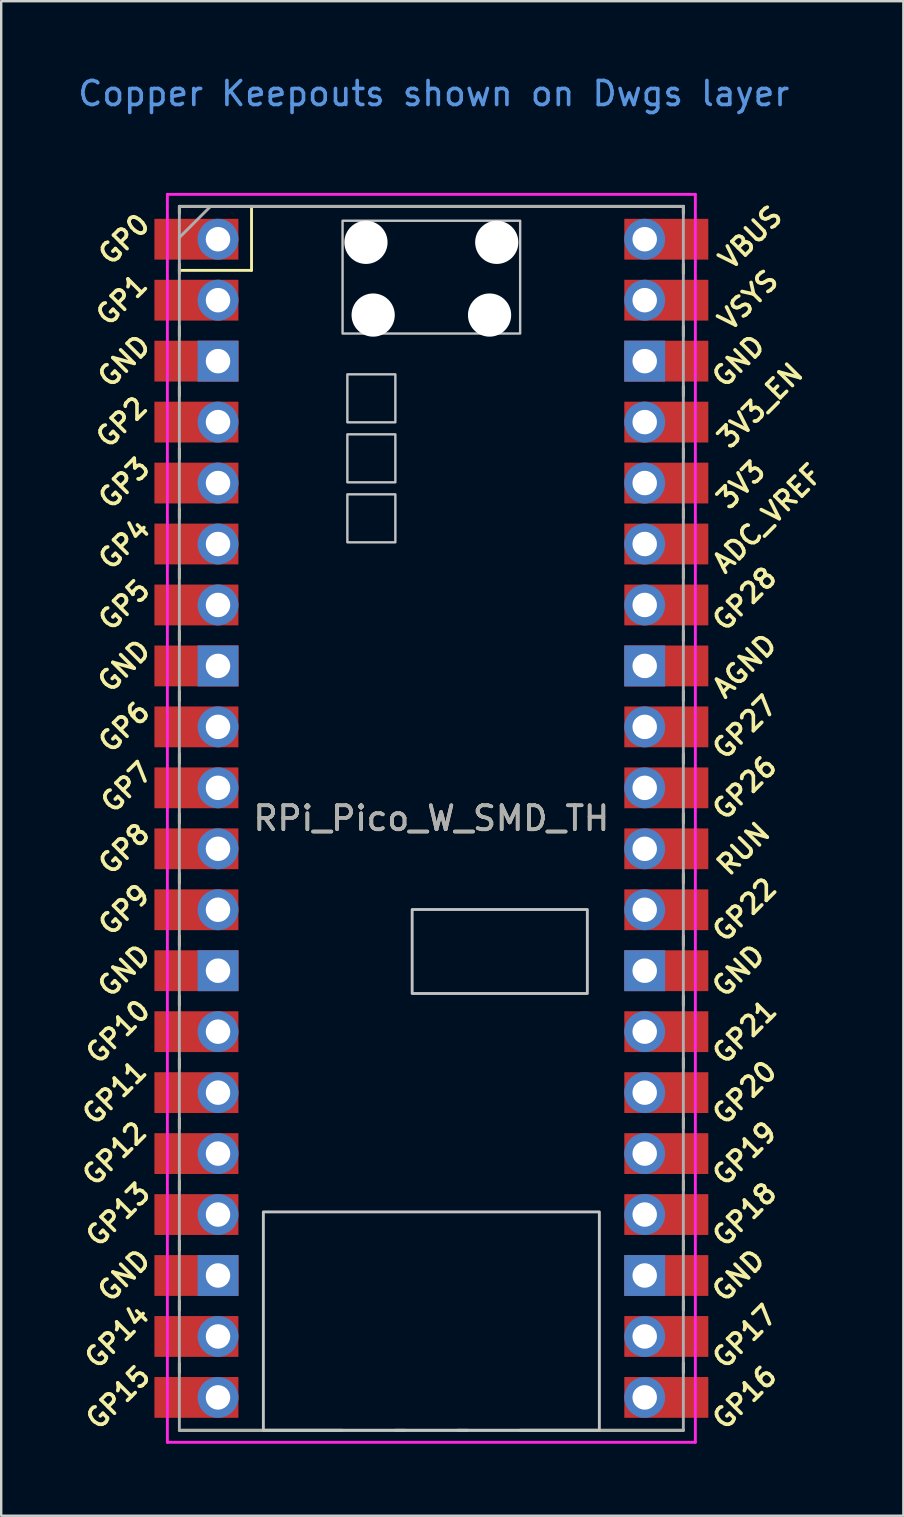
<source format=kicad_pcb>
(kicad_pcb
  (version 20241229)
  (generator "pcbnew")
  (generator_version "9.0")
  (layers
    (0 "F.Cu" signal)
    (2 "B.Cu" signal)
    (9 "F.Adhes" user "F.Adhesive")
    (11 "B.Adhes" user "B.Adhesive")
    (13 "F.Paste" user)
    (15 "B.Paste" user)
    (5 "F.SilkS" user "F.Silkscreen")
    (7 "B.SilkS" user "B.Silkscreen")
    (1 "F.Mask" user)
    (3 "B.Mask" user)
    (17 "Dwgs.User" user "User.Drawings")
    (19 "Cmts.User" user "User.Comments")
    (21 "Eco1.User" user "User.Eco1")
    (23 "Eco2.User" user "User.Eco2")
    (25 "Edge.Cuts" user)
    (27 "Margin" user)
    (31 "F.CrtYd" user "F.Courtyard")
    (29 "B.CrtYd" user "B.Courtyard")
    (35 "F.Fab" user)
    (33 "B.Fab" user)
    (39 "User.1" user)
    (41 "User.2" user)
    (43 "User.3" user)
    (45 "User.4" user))
  (footprint "RPi_Pico_W_SMD_TH"
    (layer "F.Cu")
    (at 14.924 31.048)
    (property "Reference" "RPi_Pico_W_SMD_TH" (at 0 0 0) (layer "F.SilkS") (effects (font (size 1 1) (thickness 0.15))))
    (attr through_hole)
    (fp_line (start -10.5 -25.5) (end -10.5 -25.2) (stroke (width 0.12) (type solid)) (layer "F.SilkS"))
    (fp_line (start -10.5 -25.5) (end 10.5 -25.5) (stroke (width 0.12) (type solid)) (layer "F.SilkS"))
    (fp_line (start -10.5 -23.1) (end -10.5 -22.7) (stroke (width 0.12) (type solid)) (layer "F.SilkS"))
    (fp_line (start -10.5 -22.833) (end -7.493 -22.833) (stroke (width 0.12) (type solid)) (layer "F.SilkS"))
    (fp_line (start -10.5 -20.5) (end -10.5 -20.1) (stroke (width 0.12) (type solid)) (layer "F.SilkS"))
    (fp_line (start -10.5 -18) (end -10.5 -17.6) (stroke (width 0.12) (type solid)) (layer "F.SilkS"))
    (fp_line (start -10.5 -15.4) (end -10.5 -15) (stroke (width 0.12) (type solid)) (layer "F.SilkS"))
    (fp_line (start -10.5 -12.9) (end -10.5 -12.5) (stroke (width 0.12) (type solid)) (layer "F.SilkS"))
    (fp_line (start -10.5 -10.4) (end -10.5 -10) (stroke (width 0.12) (type solid)) (layer "F.SilkS"))
    (fp_line (start -10.5 -7.8) (end -10.5 -7.4) (stroke (width 0.12) (type solid)) (layer "F.SilkS"))
    (fp_line (start -10.5 -5.3) (end -10.5 -4.9) (stroke (width 0.12) (type solid)) (layer "F.SilkS"))
    (fp_line (start -10.5 -2.7) (end -10.5 -2.3) (stroke (width 0.12) (type solid)) (layer "F.SilkS"))
    (fp_line (start -10.5 -0.2) (end -10.5 0.2) (stroke (width 0.12) (type solid)) (layer "F.SilkS"))
    (fp_line (start -10.5 2.3) (end -10.5 2.7) (stroke (width 0.12) (type solid)) (layer "F.SilkS"))
    (fp_line (start -10.5 4.9) (end -10.5 5.3) (stroke (width 0.12) (type solid)) (layer "F.SilkS"))
    (fp_line (start -10.5 7.4) (end -10.5 7.8) (stroke (width 0.12) (type solid)) (layer "F.SilkS"))
    (fp_line (start -10.5 10) (end -10.5 10.4) (stroke (width 0.12) (type solid)) (layer "F.SilkS"))
    (fp_line (start -10.5 12.5) (end -10.5 12.9) (stroke (width 0.12) (type solid)) (layer "F.SilkS"))
    (fp_line (start -10.5 15.1) (end -10.5 15.5) (stroke (width 0.12) (type solid)) (layer "F.SilkS"))
    (fp_line (start -10.5 17.6) (end -10.5 18) (stroke (width 0.12) (type solid)) (layer "F.SilkS"))
    (fp_line (start -10.5 20.1) (end -10.5 20.5) (stroke (width 0.12) (type solid)) (layer "F.SilkS"))
    (fp_line (start -10.5 22.7) (end -10.5 23.1) (stroke (width 0.12) (type solid)) (layer "F.SilkS"))
    (fp_line (start -7.493 -22.833) (end -7.493 -25.5) (stroke (width 0.12) (type solid)) (layer "F.SilkS"))
    (fp_line (start -3.7 25.5) (end -10.5 25.5) (stroke (width 0.12) (type solid)) (layer "F.SilkS"))
    (fp_line (start -1.5 25.5) (end -1.1 25.5) (stroke (width 0.12) (type solid)) (layer "F.SilkS"))
    (fp_line (start 1.1 25.5) (end 1.5 25.5) (stroke (width 0.12) (type solid)) (layer "F.SilkS"))
    (fp_line (start 10.5 -25.5) (end 10.5 -25.2) (stroke (width 0.12) (type solid)) (layer "F.SilkS"))
    (fp_line (start 10.5 -23.1) (end 10.5 -22.7) (stroke (width 0.12) (type solid)) (layer "F.SilkS"))
    (fp_line (start 10.5 -20.5) (end 10.5 -20.1) (stroke (width 0.12) (type solid)) (layer "F.SilkS"))
    (fp_line (start 10.5 -18) (end 10.5 -17.6) (stroke (width 0.12) (type solid)) (layer "F.SilkS"))
    (fp_line (start 10.5 -15.4) (end 10.5 -15) (stroke (width 0.12) (type solid)) (layer "F.SilkS"))
    (fp_line (start 10.5 -12.9) (end 10.5 -12.5) (stroke (width 0.12) (type solid)) (layer "F.SilkS"))
    (fp_line (start 10.5 -10.4) (end 10.5 -10) (stroke (width 0.12) (type solid)) (layer "F.SilkS"))
    (fp_line (start 10.5 -7.8) (end 10.5 -7.4) (stroke (width 0.12) (type solid)) (layer "F.SilkS"))
    (fp_line (start 10.5 -5.3) (end 10.5 -4.9) (stroke (width 0.12) (type solid)) (layer "F.SilkS"))
    (fp_line (start 10.5 -2.7) (end 10.5 -2.3) (stroke (width 0.12) (type solid)) (layer "F.SilkS"))
    (fp_line (start 10.5 -0.2) (end 10.5 0.2) (stroke (width 0.12) (type solid)) (layer "F.SilkS"))
    (fp_line (start 10.5 2.3) (end 10.5 2.7) (stroke (width 0.12) (type solid)) (layer "F.SilkS"))
    (fp_line (start 10.5 4.9) (end 10.5 5.3) (stroke (width 0.12) (type solid)) (layer "F.SilkS"))
    (fp_line (start 10.5 7.4) (end 10.5 7.8) (stroke (width 0.12) (type solid)) (layer "F.SilkS"))
    (fp_line (start 10.5 10) (end 10.5 10.4) (stroke (width 0.12) (type solid)) (layer "F.SilkS"))
    (fp_line (start 10.5 12.5) (end 10.5 12.9) (stroke (width 0.12) (type solid)) (layer "F.SilkS"))
    (fp_line (start 10.5 15.1) (end 10.5 15.5) (stroke (width 0.12) (type solid)) (layer "F.SilkS"))
    (fp_line (start 10.5 17.6) (end 10.5 18) (stroke (width 0.12) (type solid)) (layer "F.SilkS"))
    (fp_line (start 10.5 20.1) (end 10.5 20.5) (stroke (width 0.12) (type solid)) (layer "F.SilkS"))
    (fp_line (start 10.5 22.7) (end 10.5 23.1) (stroke (width 0.12) (type solid)) (layer "F.SilkS"))
    (fp_line (start 10.5 25.5) (end 3.7 25.5) (stroke (width 0.12) (type solid)) (layer "F.SilkS"))
    (fp_rect (start -7 16.4) (end 7 25.5) (stroke (width 0.12) (type solid)) (fill no) (layer "Dwgs.User"))
    (fp_rect (start -0.8 3.8) (end 6.5 7.3) (stroke (width 0.12) (type solid)) (fill no) (layer "Dwgs.User"))
    (fp_poly (pts (xy -1.5 -16.5) (xy -3.5 -16.5) (xy -3.5 -18.5) (xy -1.5 -18.5)) (stroke (width 0.1) (type solid)) (fill no) (layer "Dwgs.User"))
    (fp_poly (pts (xy -1.5 -14) (xy -3.5 -14) (xy -3.5 -16) (xy -1.5 -16)) (stroke (width 0.1) (type solid)) (fill no) (layer "Dwgs.User"))
    (fp_poly (pts (xy -1.5 -11.5) (xy -3.5 -11.5) (xy -3.5 -13.5) (xy -1.5 -13.5)) (stroke (width 0.1) (type solid)) (fill no) (layer "Dwgs.User"))
    (fp_poly (pts (xy 3.7 -20.2) (xy -3.7 -20.2) (xy -3.7 -24.9) (xy 3.7 -24.9)) (stroke (width 0.1) (type solid)) (fill no) (layer "Dwgs.User"))
    (fp_line (start -11 -26) (end 11 -26) (stroke (width 0.12) (type solid)) (layer "F.CrtYd"))
    (fp_line (start -11 26) (end -11 -26) (stroke (width 0.12) (type solid)) (layer "F.CrtYd"))
    (fp_line (start 11 -26) (end 11 26) (stroke (width 0.12) (type solid)) (layer "F.CrtYd"))
    (fp_line (start 11 26) (end -11 26) (stroke (width 0.12) (type solid)) (layer "F.CrtYd"))
    (fp_line (start -10.5 -25.5) (end 10.5 -25.5) (stroke (width 0.12) (type solid)) (layer "F.Fab"))
    (fp_line (start -10.5 -24.2) (end -9.2 -25.5) (stroke (width 0.12) (type solid)) (layer "F.Fab"))
    (fp_line (start -10.5 25.5) (end -10.5 -25.5) (stroke (width 0.12) (type solid)) (layer "F.Fab"))
    (fp_line (start 10.5 -25.5) (end 10.5 25.5) (stroke (width 0.12) (type solid)) (layer "F.Fab"))
    (fp_line (start 10.5 25.5) (end -10.5 25.5) (stroke (width 0.12) (type solid)) (layer "F.Fab"))
    (fp_text user "VSYS" (at 13.2 -21.59 45) (layer "F.SilkS") (effects (font (size 0.8 0.8) (thickness 0.15))))
    (fp_text user "GP8" (at -12.8 1.27 45) (layer "F.SilkS") (effects (font (size 0.8 0.8) (thickness 0.15))))
    (fp_text user "GP16" (at 13.054 24.13 45) (layer "F.SilkS") (effects (font (size 0.8 0.8) (thickness 0.15))))
    (fp_text user "GND" (at 12.8 6.35 45) (layer "F.SilkS") (effects (font (size 0.8 0.8) (thickness 0.15))))
    (fp_text user "ADC_VREF" (at 14 -12.5 45) (layer "F.SilkS") (effects (font (size 0.8 0.8) (thickness 0.15))))
    (fp_text user "GP7" (at -12.7 -1.3 45) (layer "F.SilkS") (effects (font (size 0.8 0.8) (thickness 0.15))))
    (fp_text user "GP14" (at -13.1 21.59 45) (layer "F.SilkS") (effects (font (size 0.8 0.8) (thickness 0.15))))
    (fp_text user "GND" (at 12.8 19.05 45) (layer "F.SilkS") (effects (font (size 0.8 0.8) (thickness 0.15))))
    (fp_text user "GP6" (at -12.8 -3.81 45) (layer "F.SilkS") (effects (font (size 0.8 0.8) (thickness 0.15))))
    (fp_text user "GP0" (at -12.8 -24.13 45) (layer "F.SilkS") (effects (font (size 0.8 0.8) (thickness 0.15))))
    (fp_text user "GP13" (at -13.054 16.51 45) (layer "F.SilkS") (effects (font (size 0.8 0.8) (thickness 0.15))))
    (fp_text user "GP18" (at 13.054 16.51 45) (layer "F.SilkS") (effects (font (size 0.8 0.8) (thickness 0.15))))
    (fp_text user "GP21" (at 13.054 8.9 45) (layer "F.SilkS") (effects (font (size 0.8 0.8) (thickness 0.15))))
    (fp_text user "GND" (at -12.8 6.35 45) (layer "F.SilkS") (effects (font (size 0.8 0.8) (thickness 0.15))))
    (fp_text user "GP5" (at -12.8 -8.89 45) (layer "F.SilkS") (effects (font (size 0.8 0.8) (thickness 0.15))))
    (fp_text user "GND" (at 12.8 -19.05 45) (layer "F.SilkS") (effects (font (size 0.8 0.8) (thickness 0.15))))
    (fp_text user "GP1" (at -12.9 -21.6 45) (layer "F.SilkS") (effects (font (size 0.8 0.8) (thickness 0.15))))
    (fp_text user "GP15" (at -13.054 24.13 45) (layer "F.SilkS") (effects (font (size 0.8 0.8) (thickness 0.15))))
    (fp_text user "3V3_EN" (at 13.7 -17.2 45) (layer "F.SilkS") (effects (font (size 0.8 0.8) (thickness 0.15))))
    (fp_text user "GP27" (at 13.054 -3.8 45) (layer "F.SilkS") (effects (font (size 0.8 0.8) (thickness 0.15))))
    (fp_text user "GP19" (at 13.054 13.97 45) (layer "F.SilkS") (effects (font (size 0.8 0.8) (thickness 0.15))))
    (fp_text user "RUN" (at 13 1.27 45) (layer "F.SilkS") (effects (font (size 0.8 0.8) (thickness 0.15))))
    (fp_text user "GND" (at -12.8 -19.05 45) (layer "F.SilkS") (effects (font (size 0.8 0.8) (thickness 0.15))))
    (fp_text user "GP17" (at 13.054 21.59 45) (layer "F.SilkS") (effects (font (size 0.8 0.8) (thickness 0.15))))
    (fp_text user "GP26" (at 13.054 -1.27 45) (layer "F.SilkS") (effects (font (size 0.8 0.8) (thickness 0.15))))
    (fp_text user "GP12" (at -13.2 13.97 45) (layer "F.SilkS") (effects (font (size 0.8 0.8) (thickness 0.15))))
    (fp_text user "GP11" (at -13.2 11.43 45) (layer "F.SilkS") (effects (font (size 0.8 0.8) (thickness 0.15))))
    (fp_text user "GND" (at -12.8 -6.35 45) (layer "F.SilkS") (effects (font (size 0.8 0.8) (thickness 0.15))))
    (fp_text user "GP4" (at -12.8 -11.43 45) (layer "F.SilkS") (effects (font (size 0.8 0.8) (thickness 0.15))))
    (fp_text user "3V3" (at 12.9 -13.9 45) (layer "F.SilkS") (effects (font (size 0.8 0.8) (thickness 0.15))))
    (fp_text user "VBUS" (at 13.3 -24.2 45) (layer "F.SilkS") (effects (font (size 0.8 0.8) (thickness 0.15))))
    (fp_text user "GP28" (at 13.054 -9.144 45) (layer "F.SilkS") (effects (font (size 0.8 0.8) (thickness 0.15))))
    (fp_text user "GP9" (at -12.8 3.81 45) (layer "F.SilkS") (effects (font (size 0.8 0.8) (thickness 0.15))))
    (fp_text user "GP22" (at 13.054 3.81 45) (layer "F.SilkS") (effects (font (size 0.8 0.8) (thickness 0.15))))
    (fp_text user "GP10" (at -13.054 8.89 45) (layer "F.SilkS") (effects (font (size 0.8 0.8) (thickness 0.15))))
    (fp_text user "GND" (at -12.8 19.05 45) (layer "F.SilkS") (effects (font (size 0.8 0.8) (thickness 0.15))))
    (fp_text user "GP3" (at -12.8 -13.97 45) (layer "F.SilkS") (effects (font (size 0.8 0.8) (thickness 0.15))))
    (fp_text user "GP20" (at 13.054 11.43 45) (layer "F.SilkS") (effects (font (size 0.8 0.8) (thickness 0.15))))
    (fp_text user "AGND" (at 13.054 -6.35 45) (layer "F.SilkS") (effects (font (size 0.8 0.8) (thickness 0.15))))
    (fp_text user "GP2" (at -12.9 -16.51 45) (layer "F.SilkS") (effects (font (size 0.8 0.8) (thickness 0.15))))
    (fp_text user "Copper Keepouts shown on Dwgs layer" (at 0.1 -30.2 0) (layer "Cmts.User") (effects (font (size 1 1) (thickness 0.15))))
    (fp_text user "${REFERENCE}" (at 0 0 180) (layer "F.Fab") (effects (font (size 1 1) (thickness 0.15))))
    (pad "" np_thru_hole oval (at -2.725 -24) (size 1.8 1.8) (drill 1.8) (layers "*.Cu" "*.Mask"))
    (pad "" np_thru_hole oval (at -2.425 -20.97) (size 1.8 1.8) (drill 1.8) (layers "*.Cu" "*.Mask"))
    (pad "" np_thru_hole oval (at 2.425 -20.97) (size 1.8 1.8) (drill 1.8) (layers "*.Cu" "*.Mask"))
    (pad "" np_thru_hole oval (at 2.725 -24) (size 1.8 1.8) (drill 1.8) (layers "*.Cu" "*.Mask"))
    (pad "1" thru_hole oval (at -8.89 -24.13) (size 1.7 1.7) (drill 1.02) (layers "*.Cu" "*.Mask"))
    (pad "1" smd rect (at -8.89 -24.13) (size 3.5 1.7) (drill (offset -0.9 0)) (layers "F.Cu" "F.Mask"))
    (pad "2" thru_hole oval (at -8.89 -21.59) (size 1.7 1.7) (drill 1.02) (layers "*.Cu" "*.Mask"))
    (pad "2" smd rect (at -8.89 -21.59) (size 3.5 1.7) (drill (offset -0.9 0)) (layers "F.Cu" "F.Mask"))
    (pad "3" thru_hole rect (at -8.89 -19.05) (size 1.7 1.7) (drill 1.02) (layers "*.Cu" "*.Mask"))
    (pad "3" smd rect (at -8.89 -19.05) (size 3.5 1.7) (drill (offset -0.9 0)) (layers "F.Cu" "F.Mask"))
    (pad "4" thru_hole oval (at -8.89 -16.51) (size 1.7 1.7) (drill 1.02) (layers "*.Cu" "*.Mask"))
    (pad "4" smd rect (at -8.89 -16.51) (size 3.5 1.7) (drill (offset -0.9 0)) (layers "F.Cu" "F.Mask"))
    (pad "5" thru_hole oval (at -8.89 -13.97) (size 1.7 1.7) (drill 1.02) (layers "*.Cu" "*.Mask"))
    (pad "5" smd rect (at -8.89 -13.97) (size 3.5 1.7) (drill (offset -0.9 0)) (layers "F.Cu" "F.Mask"))
    (pad "6" thru_hole oval (at -8.89 -11.43) (size 1.7 1.7) (drill 1.02) (layers "*.Cu" "*.Mask"))
    (pad "6" smd rect (at -8.89 -11.43) (size 3.5 1.7) (drill (offset -0.9 0)) (layers "F.Cu" "F.Mask"))
    (pad "7" thru_hole oval (at -8.89 -8.89) (size 1.7 1.7) (drill 1.02) (layers "*.Cu" "*.Mask"))
    (pad "7" smd rect (at -8.89 -8.89) (size 3.5 1.7) (drill (offset -0.9 0)) (layers "F.Cu" "F.Mask"))
    (pad "8" thru_hole rect (at -8.89 -6.35) (size 1.7 1.7) (drill 1.02) (layers "*.Cu" "*.Mask"))
    (pad "8" smd rect (at -8.89 -6.35) (size 3.5 1.7) (drill (offset -0.9 0)) (layers "F.Cu" "F.Mask"))
    (pad "9" thru_hole oval (at -8.89 -3.81) (size 1.7 1.7) (drill 1.02) (layers "*.Cu" "*.Mask"))
    (pad "9" smd rect (at -8.89 -3.81) (size 3.5 1.7) (drill (offset -0.9 0)) (layers "F.Cu" "F.Mask"))
    (pad "10" thru_hole oval (at -8.89 -1.27) (size 1.7 1.7) (drill 1.02) (layers "*.Cu" "*.Mask"))
    (pad "10" smd rect (at -8.89 -1.27) (size 3.5 1.7) (drill (offset -0.9 0)) (layers "F.Cu" "F.Mask"))
    (pad "11" thru_hole oval (at -8.89 1.27) (size 1.7 1.7) (drill 1.02) (layers "*.Cu" "*.Mask"))
    (pad "11" smd rect (at -8.89 1.27) (size 3.5 1.7) (drill (offset -0.9 0)) (layers "F.Cu" "F.Mask"))
    (pad "12" thru_hole oval (at -8.89 3.81) (size 1.7 1.7) (drill 1.02) (layers "*.Cu" "*.Mask"))
    (pad "12" smd rect (at -8.89 3.81) (size 3.5 1.7) (drill (offset -0.9 0)) (layers "F.Cu" "F.Mask"))
    (pad "13" thru_hole rect (at -8.89 6.35) (size 1.7 1.7) (drill 1.02) (layers "*.Cu" "*.Mask"))
    (pad "13" smd rect (at -8.89 6.35) (size 3.5 1.7) (drill (offset -0.9 0)) (layers "F.Cu" "F.Mask"))
    (pad "14" thru_hole oval (at -8.89 8.89) (size 1.7 1.7) (drill 1.02) (layers "*.Cu" "*.Mask"))
    (pad "14" smd rect (at -8.89 8.89) (size 3.5 1.7) (drill (offset -0.9 0)) (layers "F.Cu" "F.Mask"))
    (pad "15" thru_hole oval (at -8.89 11.43) (size 1.7 1.7) (drill 1.02) (layers "*.Cu" "*.Mask"))
    (pad "15" smd rect (at -8.89 11.43) (size 3.5 1.7) (drill (offset -0.9 0)) (layers "F.Cu" "F.Mask"))
    (pad "16" thru_hole oval (at -8.89 13.97) (size 1.7 1.7) (drill 1.02) (layers "*.Cu" "*.Mask"))
    (pad "16" smd rect (at -8.89 13.97) (size 3.5 1.7) (drill (offset -0.9 0)) (layers "F.Cu" "F.Mask"))
    (pad "17" thru_hole oval (at -8.89 16.51) (size 1.7 1.7) (drill 1.02) (layers "*.Cu" "*.Mask"))
    (pad "17" smd rect (at -8.89 16.51) (size 3.5 1.7) (drill (offset -0.9 0)) (layers "F.Cu" "F.Mask"))
    (pad "18" thru_hole rect (at -8.89 19.05) (size 1.7 1.7) (drill 1.02) (layers "*.Cu" "*.Mask"))
    (pad "18" smd rect (at -8.89 19.05) (size 3.5 1.7) (drill (offset -0.9 0)) (layers "F.Cu" "F.Mask"))
    (pad "19" thru_hole oval (at -8.89 21.59) (size 1.7 1.7) (drill 1.02) (layers "*.Cu" "*.Mask"))
    (pad "19" smd rect (at -8.89 21.59) (size 3.5 1.7) (drill (offset -0.9 0)) (layers "F.Cu" "F.Mask"))
    (pad "20" thru_hole oval (at -8.89 24.13) (size 1.7 1.7) (drill 1.02) (layers "*.Cu" "*.Mask"))
    (pad "20" smd rect (at -8.89 24.13) (size 3.5 1.7) (drill (offset -0.9 0)) (layers "F.Cu" "F.Mask"))
    (pad "21" thru_hole oval (at 8.89 24.13) (size 1.7 1.7) (drill 1.02) (layers "*.Cu" "*.Mask"))
    (pad "21" smd rect (at 8.89 24.13) (size 3.5 1.7) (drill (offset 0.9 0)) (layers "F.Cu" "F.Mask"))
    (pad "22" thru_hole oval (at 8.89 21.59) (size 1.7 1.7) (drill 1.02) (layers "*.Cu" "*.Mask"))
    (pad "22" smd rect (at 8.89 21.59) (size 3.5 1.7) (drill (offset 0.9 0)) (layers "F.Cu" "F.Mask"))
    (pad "23" thru_hole rect (at 8.89 19.05) (size 1.7 1.7) (drill 1.02) (layers "*.Cu" "*.Mask"))
    (pad "23" smd rect (at 8.89 19.05) (size 3.5 1.7) (drill (offset 0.9 0)) (layers "F.Cu" "F.Mask"))
    (pad "24" thru_hole oval (at 8.89 16.51) (size 1.7 1.7) (drill 1.02) (layers "*.Cu" "*.Mask"))
    (pad "24" smd rect (at 8.89 16.51) (size 3.5 1.7) (drill (offset 0.9 0)) (layers "F.Cu" "F.Mask"))
    (pad "25" thru_hole oval (at 8.89 13.97) (size 1.7 1.7) (drill 1.02) (layers "*.Cu" "*.Mask"))
    (pad "25" smd rect (at 8.89 13.97) (size 3.5 1.7) (drill (offset 0.9 0)) (layers "F.Cu" "F.Mask"))
    (pad "26" thru_hole oval (at 8.89 11.43) (size 1.7 1.7) (drill 1.02) (layers "*.Cu" "*.Mask"))
    (pad "26" smd rect (at 8.89 11.43) (size 3.5 1.7) (drill (offset 0.9 0)) (layers "F.Cu" "F.Mask"))
    (pad "27" thru_hole oval (at 8.89 8.89) (size 1.7 1.7) (drill 1.02) (layers "*.Cu" "*.Mask"))
    (pad "27" smd rect (at 8.89 8.89) (size 3.5 1.7) (drill (offset 0.9 0)) (layers "F.Cu" "F.Mask"))
    (pad "28" thru_hole rect (at 8.89 6.35) (size 1.7 1.7) (drill 1.02) (layers "*.Cu" "*.Mask"))
    (pad "28" smd rect (at 8.89 6.35) (size 3.5 1.7) (drill (offset 0.9 0)) (layers "F.Cu" "F.Mask"))
    (pad "29" thru_hole oval (at 8.89 3.81) (size 1.7 1.7) (drill 1.02) (layers "*.Cu" "*.Mask"))
    (pad "29" smd rect (at 8.89 3.81) (size 3.5 1.7) (drill (offset 0.9 0)) (layers "F.Cu" "F.Mask"))
    (pad "30" thru_hole oval (at 8.89 1.27) (size 1.7 1.7) (drill 1.02) (layers "*.Cu" "*.Mask"))
    (pad "30" smd rect (at 8.89 1.27) (size 3.5 1.7) (drill (offset 0.9 0)) (layers "F.Cu" "F.Mask"))
    (pad "31" thru_hole oval (at 8.89 -1.27) (size 1.7 1.7) (drill 1.02) (layers "*.Cu" "*.Mask"))
    (pad "31" smd rect (at 8.89 -1.27) (size 3.5 1.7) (drill (offset 0.9 0)) (layers "F.Cu" "F.Mask"))
    (pad "32" thru_hole oval (at 8.89 -3.81) (size 1.7 1.7) (drill 1.02) (layers "*.Cu" "*.Mask"))
    (pad "32" smd rect (at 8.89 -3.81) (size 3.5 1.7) (drill (offset 0.9 0)) (layers "F.Cu" "F.Mask"))
    (pad "33" thru_hole rect (at 8.89 -6.35) (size 1.7 1.7) (drill 1.02) (layers "*.Cu" "*.Mask"))
    (pad "33" smd rect (at 8.89 -6.35) (size 3.5 1.7) (drill (offset 0.9 0)) (layers "F.Cu" "F.Mask"))
    (pad "34" thru_hole oval (at 8.89 -8.89) (size 1.7 1.7) (drill 1.02) (layers "*.Cu" "*.Mask"))
    (pad "34" smd rect (at 8.89 -8.89) (size 3.5 1.7) (drill (offset 0.9 0)) (layers "F.Cu" "F.Mask"))
    (pad "35" thru_hole oval (at 8.89 -11.43) (size 1.7 1.7) (drill 1.02) (layers "*.Cu" "*.Mask"))
    (pad "35" smd rect (at 8.89 -11.43) (size 3.5 1.7) (drill (offset 0.9 0)) (layers "F.Cu" "F.Mask"))
    (pad "36" thru_hole oval (at 8.89 -13.97) (size 1.7 1.7) (drill 1.02) (layers "*.Cu" "*.Mask"))
    (pad "36" smd rect (at 8.89 -13.97) (size 3.5 1.7) (drill (offset 0.9 0)) (layers "F.Cu" "F.Mask"))
    (pad "37" thru_hole oval (at 8.89 -16.51) (size 1.7 1.7) (drill 1.02) (layers "*.Cu" "*.Mask"))
    (pad "37" smd rect (at 8.89 -16.51) (size 3.5 1.7) (drill (offset 0.9 0)) (layers "F.Cu" "F.Mask"))
    (pad "38" thru_hole rect (at 8.89 -19.05) (size 1.7 1.7) (drill 1.02) (layers "*.Cu" "*.Mask"))
    (pad "38" smd rect (at 8.89 -19.05) (size 3.5 1.7) (drill (offset 0.9 0)) (layers "F.Cu" "F.Mask"))
    (pad "39" thru_hole oval (at 8.89 -21.59) (size 1.7 1.7) (drill 1.02) (layers "*.Cu" "*.Mask"))
    (pad "39" smd rect (at 8.89 -21.59) (size 3.5 1.7) (drill (offset 0.9 0)) (layers "F.Cu" "F.Mask"))
    (pad "40" thru_hole oval (at 8.89 -24.13) (size 1.7 1.7) (drill 1.02) (layers "*.Cu" "*.Mask"))
    (pad "40" smd rect (at 8.89 -24.13) (size 3.5 1.7) (drill (offset 0.9 0)) (layers "F.Cu" "F.Mask")))
  (gr_rect
    (start -3 -3)
    (end 34.591 60.108)
    (stroke (width 0.1) (type default))
    (fill no)
    (layer "Edge.Cuts")))
</source>
